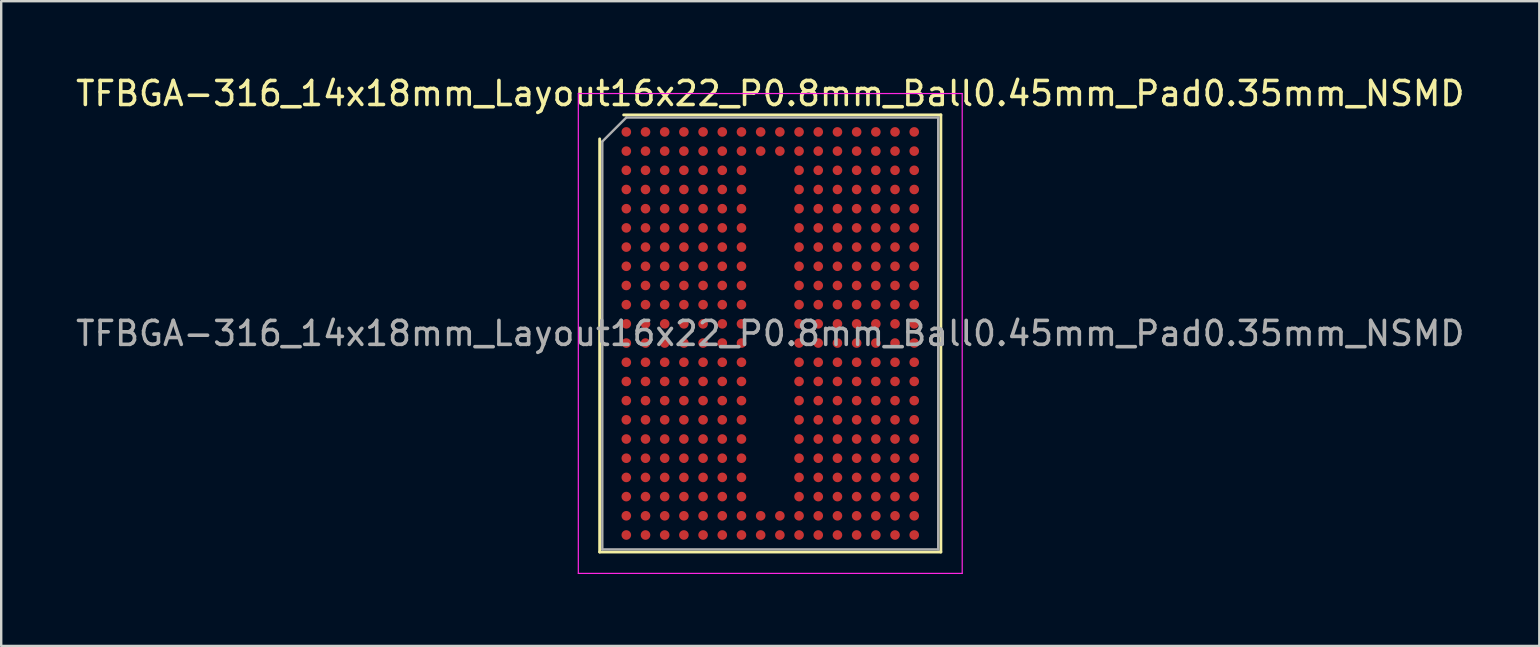
<source format=kicad_pcb>
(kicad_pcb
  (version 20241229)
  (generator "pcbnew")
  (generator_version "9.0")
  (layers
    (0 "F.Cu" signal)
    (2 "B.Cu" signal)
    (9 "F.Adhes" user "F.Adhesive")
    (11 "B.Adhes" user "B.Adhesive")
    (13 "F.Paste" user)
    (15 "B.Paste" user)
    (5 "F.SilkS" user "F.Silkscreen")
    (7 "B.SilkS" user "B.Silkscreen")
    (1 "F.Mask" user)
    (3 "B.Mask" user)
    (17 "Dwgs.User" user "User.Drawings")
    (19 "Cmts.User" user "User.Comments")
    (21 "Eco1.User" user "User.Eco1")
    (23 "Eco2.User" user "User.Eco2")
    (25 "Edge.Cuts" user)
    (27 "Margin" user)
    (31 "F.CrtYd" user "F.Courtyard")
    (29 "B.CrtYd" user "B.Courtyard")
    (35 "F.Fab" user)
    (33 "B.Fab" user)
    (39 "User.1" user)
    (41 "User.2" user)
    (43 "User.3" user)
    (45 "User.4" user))
  (footprint "TFBGA-316_14x18mm_Layout16x22_P0.8mm_Ball0.45mm_Pad0.35mm_NSMD"
    (layer "F.Cu")
    (at 29.054 10.848)
    (property "Reference" "TFBGA-316_14x18mm_Layout16x22_P0.8mm_Ball0.45mm_Pad0.35mm_NSMD" (at 0 -10 0) (layer "F.SilkS") (effects (font (size 1 1) (thickness 0.15))))
    (attr smd)
    (fp_line (start -7.11 9.11) (end -7.11 -8.11) (stroke (width 0.12) (type solid)) (layer "F.SilkS"))
    (fp_line (start -6.11 -9.11) (end 7.11 -9.11) (stroke (width 0.12) (type solid)) (layer "F.SilkS"))
    (fp_line (start 7.11 -9.11) (end 7.11 9.11) (stroke (width 0.12) (type solid)) (layer "F.SilkS"))
    (fp_line (start 7.11 9.11) (end -7.11 9.11) (stroke (width 0.12) (type solid)) (layer "F.SilkS"))
    (fp_line (start -8 -10) (end -8 10) (stroke (width 0.05) (type solid)) (layer "F.CrtYd"))
    (fp_line (start -8 10) (end 8 10) (stroke (width 0.05) (type solid)) (layer "F.CrtYd"))
    (fp_line (start 8 -10) (end -8 -10) (stroke (width 0.05) (type solid)) (layer "F.CrtYd"))
    (fp_line (start 8 10) (end 8 -10) (stroke (width 0.05) (type solid)) (layer "F.CrtYd"))
    (fp_line (start -7 -8) (end -6 -9) (stroke (width 0.1) (type solid)) (layer "F.Fab"))
    (fp_line (start -7 9) (end -7 -8) (stroke (width 0.1) (type solid)) (layer "F.Fab"))
    (fp_line (start -6 -9) (end 7 -9) (stroke (width 0.1) (type solid)) (layer "F.Fab"))
    (fp_line (start 7 -9) (end 7 9) (stroke (width 0.1) (type solid)) (layer "F.Fab"))
    (fp_line (start 7 9) (end -7 9) (stroke (width 0.1) (type solid)) (layer "F.Fab"))
    (fp_text user "${REFERENCE}" (at 0 0 0) (layer "F.Fab") (effects (font (size 1 1) (thickness 0.15))))
    (pad "A1" smd circle (at -6 -8.4) (size 0.4 0.4) (layers "F.Cu" "F.Mask" "F.Paste"))
    (pad "A2" smd circle (at -5.2 -8.4) (size 0.4 0.4) (layers "F.Cu" "F.Mask" "F.Paste"))
    (pad "A3" smd circle (at -4.4 -8.4) (size 0.4 0.4) (layers "F.Cu" "F.Mask" "F.Paste"))
    (pad "A4" smd circle (at -3.6 -8.4) (size 0.4 0.4) (layers "F.Cu" "F.Mask" "F.Paste"))
    (pad "A5" smd circle (at -2.8 -8.4) (size 0.4 0.4) (layers "F.Cu" "F.Mask" "F.Paste"))
    (pad "A6" smd circle (at -2 -8.4) (size 0.4 0.4) (layers "F.Cu" "F.Mask" "F.Paste"))
    (pad "A7" smd circle (at -1.2 -8.4) (size 0.4 0.4) (layers "F.Cu" "F.Mask" "F.Paste"))
    (pad "A8" smd circle (at -0.4 -8.4) (size 0.4 0.4) (layers "F.Cu" "F.Mask" "F.Paste"))
    (pad "A9" smd circle (at 0.4 -8.4) (size 0.4 0.4) (layers "F.Cu" "F.Mask" "F.Paste"))
    (pad "A10" smd circle (at 1.2 -8.4) (size 0.4 0.4) (layers "F.Cu" "F.Mask" "F.Paste"))
    (pad "A11" smd circle (at 2 -8.4) (size 0.4 0.4) (layers "F.Cu" "F.Mask" "F.Paste"))
    (pad "A12" smd circle (at 2.8 -8.4) (size 0.4 0.4) (layers "F.Cu" "F.Mask" "F.Paste"))
    (pad "A13" smd circle (at 3.6 -8.4) (size 0.4 0.4) (layers "F.Cu" "F.Mask" "F.Paste"))
    (pad "A14" smd circle (at 4.4 -8.4) (size 0.4 0.4) (layers "F.Cu" "F.Mask" "F.Paste"))
    (pad "A15" smd circle (at 5.2 -8.4) (size 0.4 0.4) (layers "F.Cu" "F.Mask" "F.Paste"))
    (pad "A16" smd circle (at 6 -8.4) (size 0.4 0.4) (layers "F.Cu" "F.Mask" "F.Paste"))
    (pad "AA1" smd circle (at -6 7.6) (size 0.4 0.4) (layers "F.Cu" "F.Mask" "F.Paste"))
    (pad "AA2" smd circle (at -5.2 7.6) (size 0.4 0.4) (layers "F.Cu" "F.Mask" "F.Paste"))
    (pad "AA3" smd circle (at -4.4 7.6) (size 0.4 0.4) (layers "F.Cu" "F.Mask" "F.Paste"))
    (pad "AA4" smd circle (at -3.6 7.6) (size 0.4 0.4) (layers "F.Cu" "F.Mask" "F.Paste"))
    (pad "AA5" smd circle (at -2.8 7.6) (size 0.4 0.4) (layers "F.Cu" "F.Mask" "F.Paste"))
    (pad "AA6" smd circle (at -2 7.6) (size 0.4 0.4) (layers "F.Cu" "F.Mask" "F.Paste"))
    (pad "AA7" smd circle (at -1.2 7.6) (size 0.4 0.4) (layers "F.Cu" "F.Mask" "F.Paste"))
    (pad "AA8" smd circle (at -0.4 7.6) (size 0.4 0.4) (layers "F.Cu" "F.Mask" "F.Paste"))
    (pad "AA9" smd circle (at 0.4 7.6) (size 0.4 0.4) (layers "F.Cu" "F.Mask" "F.Paste"))
    (pad "AA10" smd circle (at 1.2 7.6) (size 0.4 0.4) (layers "F.Cu" "F.Mask" "F.Paste"))
    (pad "AA11" smd circle (at 2 7.6) (size 0.4 0.4) (layers "F.Cu" "F.Mask" "F.Paste"))
    (pad "AA12" smd circle (at 2.8 7.6) (size 0.4 0.4) (layers "F.Cu" "F.Mask" "F.Paste"))
    (pad "AA13" smd circle (at 3.6 7.6) (size 0.4 0.4) (layers "F.Cu" "F.Mask" "F.Paste"))
    (pad "AA14" smd circle (at 4.4 7.6) (size 0.4 0.4) (layers "F.Cu" "F.Mask" "F.Paste"))
    (pad "AA15" smd circle (at 5.2 7.6) (size 0.4 0.4) (layers "F.Cu" "F.Mask" "F.Paste"))
    (pad "AA16" smd circle (at 6 7.6) (size 0.4 0.4) (layers "F.Cu" "F.Mask" "F.Paste"))
    (pad "AB1" smd circle (at -6 8.4) (size 0.4 0.4) (layers "F.Cu" "F.Mask" "F.Paste"))
    (pad "AB2" smd circle (at -5.2 8.4) (size 0.4 0.4) (layers "F.Cu" "F.Mask" "F.Paste"))
    (pad "AB3" smd circle (at -4.4 8.4) (size 0.4 0.4) (layers "F.Cu" "F.Mask" "F.Paste"))
    (pad "AB4" smd circle (at -3.6 8.4) (size 0.4 0.4) (layers "F.Cu" "F.Mask" "F.Paste"))
    (pad "AB5" smd circle (at -2.8 8.4) (size 0.4 0.4) (layers "F.Cu" "F.Mask" "F.Paste"))
    (pad "AB6" smd circle (at -2 8.4) (size 0.4 0.4) (layers "F.Cu" "F.Mask" "F.Paste"))
    (pad "AB7" smd circle (at -1.2 8.4) (size 0.4 0.4) (layers "F.Cu" "F.Mask" "F.Paste"))
    (pad "AB8" smd circle (at -0.4 8.4) (size 0.4 0.4) (layers "F.Cu" "F.Mask" "F.Paste"))
    (pad "AB9" smd circle (at 0.4 8.4) (size 0.4 0.4) (layers "F.Cu" "F.Mask" "F.Paste"))
    (pad "AB10" smd circle (at 1.2 8.4) (size 0.4 0.4) (layers "F.Cu" "F.Mask" "F.Paste"))
    (pad "AB11" smd circle (at 2 8.4) (size 0.4 0.4) (layers "F.Cu" "F.Mask" "F.Paste"))
    (pad "AB12" smd circle (at 2.8 8.4) (size 0.4 0.4) (layers "F.Cu" "F.Mask" "F.Paste"))
    (pad "AB13" smd circle (at 3.6 8.4) (size 0.4 0.4) (layers "F.Cu" "F.Mask" "F.Paste"))
    (pad "AB14" smd circle (at 4.4 8.4) (size 0.4 0.4) (layers "F.Cu" "F.Mask" "F.Paste"))
    (pad "AB15" smd circle (at 5.2 8.4) (size 0.4 0.4) (layers "F.Cu" "F.Mask" "F.Paste"))
    (pad "AB16" smd circle (at 6 8.4) (size 0.4 0.4) (layers "F.Cu" "F.Mask" "F.Paste"))
    (pad "B1" smd circle (at -6 -7.6) (size 0.4 0.4) (layers "F.Cu" "F.Mask" "F.Paste"))
    (pad "B2" smd circle (at -5.2 -7.6) (size 0.4 0.4) (layers "F.Cu" "F.Mask" "F.Paste"))
    (pad "B3" smd circle (at -4.4 -7.6) (size 0.4 0.4) (layers "F.Cu" "F.Mask" "F.Paste"))
    (pad "B4" smd circle (at -3.6 -7.6) (size 0.4 0.4) (layers "F.Cu" "F.Mask" "F.Paste"))
    (pad "B5" smd circle (at -2.8 -7.6) (size 0.4 0.4) (layers "F.Cu" "F.Mask" "F.Paste"))
    (pad "B6" smd circle (at -2 -7.6) (size 0.4 0.4) (layers "F.Cu" "F.Mask" "F.Paste"))
    (pad "B7" smd circle (at -1.2 -7.6) (size 0.4 0.4) (layers "F.Cu" "F.Mask" "F.Paste"))
    (pad "B8" smd circle (at -0.4 -7.6) (size 0.4 0.4) (layers "F.Cu" "F.Mask" "F.Paste"))
    (pad "B9" smd circle (at 0.4 -7.6) (size 0.4 0.4) (layers "F.Cu" "F.Mask" "F.Paste"))
    (pad "B10" smd circle (at 1.2 -7.6) (size 0.4 0.4) (layers "F.Cu" "F.Mask" "F.Paste"))
    (pad "B11" smd circle (at 2 -7.6) (size 0.4 0.4) (layers "F.Cu" "F.Mask" "F.Paste"))
    (pad "B12" smd circle (at 2.8 -7.6) (size 0.4 0.4) (layers "F.Cu" "F.Mask" "F.Paste"))
    (pad "B13" smd circle (at 3.6 -7.6) (size 0.4 0.4) (layers "F.Cu" "F.Mask" "F.Paste"))
    (pad "B14" smd circle (at 4.4 -7.6) (size 0.4 0.4) (layers "F.Cu" "F.Mask" "F.Paste"))
    (pad "B15" smd circle (at 5.2 -7.6) (size 0.4 0.4) (layers "F.Cu" "F.Mask" "F.Paste"))
    (pad "B16" smd circle (at 6 -7.6) (size 0.4 0.4) (layers "F.Cu" "F.Mask" "F.Paste"))
    (pad "C1" smd circle (at -6 -6.8) (size 0.4 0.4) (layers "F.Cu" "F.Mask" "F.Paste"))
    (pad "C2" smd circle (at -5.2 -6.8) (size 0.4 0.4) (layers "F.Cu" "F.Mask" "F.Paste"))
    (pad "C3" smd circle (at -4.4 -6.8) (size 0.4 0.4) (layers "F.Cu" "F.Mask" "F.Paste"))
    (pad "C4" smd circle (at -3.6 -6.8) (size 0.4 0.4) (layers "F.Cu" "F.Mask" "F.Paste"))
    (pad "C5" smd circle (at -2.8 -6.8) (size 0.4 0.4) (layers "F.Cu" "F.Mask" "F.Paste"))
    (pad "C6" smd circle (at -2 -6.8) (size 0.4 0.4) (layers "F.Cu" "F.Mask" "F.Paste"))
    (pad "C7" smd circle (at -1.2 -6.8) (size 0.4 0.4) (layers "F.Cu" "F.Mask" "F.Paste"))
    (pad "C10" smd circle (at 1.2 -6.8) (size 0.4 0.4) (layers "F.Cu" "F.Mask" "F.Paste"))
    (pad "C11" smd circle (at 2 -6.8) (size 0.4 0.4) (layers "F.Cu" "F.Mask" "F.Paste"))
    (pad "C12" smd circle (at 2.8 -6.8) (size 0.4 0.4) (layers "F.Cu" "F.Mask" "F.Paste"))
    (pad "C13" smd circle (at 3.6 -6.8) (size 0.4 0.4) (layers "F.Cu" "F.Mask" "F.Paste"))
    (pad "C14" smd circle (at 4.4 -6.8) (size 0.4 0.4) (layers "F.Cu" "F.Mask" "F.Paste"))
    (pad "C15" smd circle (at 5.2 -6.8) (size 0.4 0.4) (layers "F.Cu" "F.Mask" "F.Paste"))
    (pad "C16" smd circle (at 6 -6.8) (size 0.4 0.4) (layers "F.Cu" "F.Mask" "F.Paste"))
    (pad "D1" smd circle (at -6 -6) (size 0.4 0.4) (layers "F.Cu" "F.Mask" "F.Paste"))
    (pad "D2" smd circle (at -5.2 -6) (size 0.4 0.4) (layers "F.Cu" "F.Mask" "F.Paste"))
    (pad "D3" smd circle (at -4.4 -6) (size 0.4 0.4) (layers "F.Cu" "F.Mask" "F.Paste"))
    (pad "D4" smd circle (at -3.6 -6) (size 0.4 0.4) (layers "F.Cu" "F.Mask" "F.Paste"))
    (pad "D5" smd circle (at -2.8 -6) (size 0.4 0.4) (layers "F.Cu" "F.Mask" "F.Paste"))
    (pad "D6" smd circle (at -2 -6) (size 0.4 0.4) (layers "F.Cu" "F.Mask" "F.Paste"))
    (pad "D7" smd circle (at -1.2 -6) (size 0.4 0.4) (layers "F.Cu" "F.Mask" "F.Paste"))
    (pad "D10" smd circle (at 1.2 -6) (size 0.4 0.4) (layers "F.Cu" "F.Mask" "F.Paste"))
    (pad "D11" smd circle (at 2 -6) (size 0.4 0.4) (layers "F.Cu" "F.Mask" "F.Paste"))
    (pad "D12" smd circle (at 2.8 -6) (size 0.4 0.4) (layers "F.Cu" "F.Mask" "F.Paste"))
    (pad "D13" smd circle (at 3.6 -6) (size 0.4 0.4) (layers "F.Cu" "F.Mask" "F.Paste"))
    (pad "D14" smd circle (at 4.4 -6) (size 0.4 0.4) (layers "F.Cu" "F.Mask" "F.Paste"))
    (pad "D15" smd circle (at 5.2 -6) (size 0.4 0.4) (layers "F.Cu" "F.Mask" "F.Paste"))
    (pad "D16" smd circle (at 6 -6) (size 0.4 0.4) (layers "F.Cu" "F.Mask" "F.Paste"))
    (pad "E1" smd circle (at -6 -5.2) (size 0.4 0.4) (layers "F.Cu" "F.Mask" "F.Paste"))
    (pad "E2" smd circle (at -5.2 -5.2) (size 0.4 0.4) (layers "F.Cu" "F.Mask" "F.Paste"))
    (pad "E3" smd circle (at -4.4 -5.2) (size 0.4 0.4) (layers "F.Cu" "F.Mask" "F.Paste"))
    (pad "E4" smd circle (at -3.6 -5.2) (size 0.4 0.4) (layers "F.Cu" "F.Mask" "F.Paste"))
    (pad "E5" smd circle (at -2.8 -5.2) (size 0.4 0.4) (layers "F.Cu" "F.Mask" "F.Paste"))
    (pad "E6" smd circle (at -2 -5.2) (size 0.4 0.4) (layers "F.Cu" "F.Mask" "F.Paste"))
    (pad "E7" smd circle (at -1.2 -5.2) (size 0.4 0.4) (layers "F.Cu" "F.Mask" "F.Paste"))
    (pad "E10" smd circle (at 1.2 -5.2) (size 0.4 0.4) (layers "F.Cu" "F.Mask" "F.Paste"))
    (pad "E11" smd circle (at 2 -5.2) (size 0.4 0.4) (layers "F.Cu" "F.Mask" "F.Paste"))
    (pad "E12" smd circle (at 2.8 -5.2) (size 0.4 0.4) (layers "F.Cu" "F.Mask" "F.Paste"))
    (pad "E13" smd circle (at 3.6 -5.2) (size 0.4 0.4) (layers "F.Cu" "F.Mask" "F.Paste"))
    (pad "E14" smd circle (at 4.4 -5.2) (size 0.4 0.4) (layers "F.Cu" "F.Mask" "F.Paste"))
    (pad "E15" smd circle (at 5.2 -5.2) (size 0.4 0.4) (layers "F.Cu" "F.Mask" "F.Paste"))
    (pad "E16" smd circle (at 6 -5.2) (size 0.4 0.4) (layers "F.Cu" "F.Mask" "F.Paste"))
    (pad "F1" smd circle (at -6 -4.4) (size 0.4 0.4) (layers "F.Cu" "F.Mask" "F.Paste"))
    (pad "F2" smd circle (at -5.2 -4.4) (size 0.4 0.4) (layers "F.Cu" "F.Mask" "F.Paste"))
    (pad "F3" smd circle (at -4.4 -4.4) (size 0.4 0.4) (layers "F.Cu" "F.Mask" "F.Paste"))
    (pad "F4" smd circle (at -3.6 -4.4) (size 0.4 0.4) (layers "F.Cu" "F.Mask" "F.Paste"))
    (pad "F5" smd circle (at -2.8 -4.4) (size 0.4 0.4) (layers "F.Cu" "F.Mask" "F.Paste"))
    (pad "F6" smd circle (at -2 -4.4) (size 0.4 0.4) (layers "F.Cu" "F.Mask" "F.Paste"))
    (pad "F7" smd circle (at -1.2 -4.4) (size 0.4 0.4) (layers "F.Cu" "F.Mask" "F.Paste"))
    (pad "F10" smd circle (at 1.2 -4.4) (size 0.4 0.4) (layers "F.Cu" "F.Mask" "F.Paste"))
    (pad "F11" smd circle (at 2 -4.4) (size 0.4 0.4) (layers "F.Cu" "F.Mask" "F.Paste"))
    (pad "F12" smd circle (at 2.8 -4.4) (size 0.4 0.4) (layers "F.Cu" "F.Mask" "F.Paste"))
    (pad "F13" smd circle (at 3.6 -4.4) (size 0.4 0.4) (layers "F.Cu" "F.Mask" "F.Paste"))
    (pad "F14" smd circle (at 4.4 -4.4) (size 0.4 0.4) (layers "F.Cu" "F.Mask" "F.Paste"))
    (pad "F15" smd circle (at 5.2 -4.4) (size 0.4 0.4) (layers "F.Cu" "F.Mask" "F.Paste"))
    (pad "F16" smd circle (at 6 -4.4) (size 0.4 0.4) (layers "F.Cu" "F.Mask" "F.Paste"))
    (pad "G1" smd circle (at -6 -3.6) (size 0.4 0.4) (layers "F.Cu" "F.Mask" "F.Paste"))
    (pad "G2" smd circle (at -5.2 -3.6) (size 0.4 0.4) (layers "F.Cu" "F.Mask" "F.Paste"))
    (pad "G3" smd circle (at -4.4 -3.6) (size 0.4 0.4) (layers "F.Cu" "F.Mask" "F.Paste"))
    (pad "G4" smd circle (at -3.6 -3.6) (size 0.4 0.4) (layers "F.Cu" "F.Mask" "F.Paste"))
    (pad "G5" smd circle (at -2.8 -3.6) (size 0.4 0.4) (layers "F.Cu" "F.Mask" "F.Paste"))
    (pad "G6" smd circle (at -2 -3.6) (size 0.4 0.4) (layers "F.Cu" "F.Mask" "F.Paste"))
    (pad "G7" smd circle (at -1.2 -3.6) (size 0.4 0.4) (layers "F.Cu" "F.Mask" "F.Paste"))
    (pad "G10" smd circle (at 1.2 -3.6) (size 0.4 0.4) (layers "F.Cu" "F.Mask" "F.Paste"))
    (pad "G11" smd circle (at 2 -3.6) (size 0.4 0.4) (layers "F.Cu" "F.Mask" "F.Paste"))
    (pad "G12" smd circle (at 2.8 -3.6) (size 0.4 0.4) (layers "F.Cu" "F.Mask" "F.Paste"))
    (pad "G13" smd circle (at 3.6 -3.6) (size 0.4 0.4) (layers "F.Cu" "F.Mask" "F.Paste"))
    (pad "G14" smd circle (at 4.4 -3.6) (size 0.4 0.4) (layers "F.Cu" "F.Mask" "F.Paste"))
    (pad "G15" smd circle (at 5.2 -3.6) (size 0.4 0.4) (layers "F.Cu" "F.Mask" "F.Paste"))
    (pad "G16" smd circle (at 6 -3.6) (size 0.4 0.4) (layers "F.Cu" "F.Mask" "F.Paste"))
    (pad "H1" smd circle (at -6 -2.8) (size 0.4 0.4) (layers "F.Cu" "F.Mask" "F.Paste"))
    (pad "H2" smd circle (at -5.2 -2.8) (size 0.4 0.4) (layers "F.Cu" "F.Mask" "F.Paste"))
    (pad "H3" smd circle (at -4.4 -2.8) (size 0.4 0.4) (layers "F.Cu" "F.Mask" "F.Paste"))
    (pad "H4" smd circle (at -3.6 -2.8) (size 0.4 0.4) (layers "F.Cu" "F.Mask" "F.Paste"))
    (pad "H5" smd circle (at -2.8 -2.8) (size 0.4 0.4) (layers "F.Cu" "F.Mask" "F.Paste"))
    (pad "H6" smd circle (at -2 -2.8) (size 0.4 0.4) (layers "F.Cu" "F.Mask" "F.Paste"))
    (pad "H7" smd circle (at -1.2 -2.8) (size 0.4 0.4) (layers "F.Cu" "F.Mask" "F.Paste"))
    (pad "H10" smd circle (at 1.2 -2.8) (size 0.4 0.4) (layers "F.Cu" "F.Mask" "F.Paste"))
    (pad "H11" smd circle (at 2 -2.8) (size 0.4 0.4) (layers "F.Cu" "F.Mask" "F.Paste"))
    (pad "H12" smd circle (at 2.8 -2.8) (size 0.4 0.4) (layers "F.Cu" "F.Mask" "F.Paste"))
    (pad "H13" smd circle (at 3.6 -2.8) (size 0.4 0.4) (layers "F.Cu" "F.Mask" "F.Paste"))
    (pad "H14" smd circle (at 4.4 -2.8) (size 0.4 0.4) (layers "F.Cu" "F.Mask" "F.Paste"))
    (pad "H15" smd circle (at 5.2 -2.8) (size 0.4 0.4) (layers "F.Cu" "F.Mask" "F.Paste"))
    (pad "H16" smd circle (at 6 -2.8) (size 0.4 0.4) (layers "F.Cu" "F.Mask" "F.Paste"))
    (pad "J1" smd circle (at -6 -2) (size 0.4 0.4) (layers "F.Cu" "F.Mask" "F.Paste"))
    (pad "J2" smd circle (at -5.2 -2) (size 0.4 0.4) (layers "F.Cu" "F.Mask" "F.Paste"))
    (pad "J3" smd circle (at -4.4 -2) (size 0.4 0.4) (layers "F.Cu" "F.Mask" "F.Paste"))
    (pad "J4" smd circle (at -3.6 -2) (size 0.4 0.4) (layers "F.Cu" "F.Mask" "F.Paste"))
    (pad "J5" smd circle (at -2.8 -2) (size 0.4 0.4) (layers "F.Cu" "F.Mask" "F.Paste"))
    (pad "J6" smd circle (at -2 -2) (size 0.4 0.4) (layers "F.Cu" "F.Mask" "F.Paste"))
    (pad "J7" smd circle (at -1.2 -2) (size 0.4 0.4) (layers "F.Cu" "F.Mask" "F.Paste"))
    (pad "J10" smd circle (at 1.2 -2) (size 0.4 0.4) (layers "F.Cu" "F.Mask" "F.Paste"))
    (pad "J11" smd circle (at 2 -2) (size 0.4 0.4) (layers "F.Cu" "F.Mask" "F.Paste"))
    (pad "J12" smd circle (at 2.8 -2) (size 0.4 0.4) (layers "F.Cu" "F.Mask" "F.Paste"))
    (pad "J13" smd circle (at 3.6 -2) (size 0.4 0.4) (layers "F.Cu" "F.Mask" "F.Paste"))
    (pad "J14" smd circle (at 4.4 -2) (size 0.4 0.4) (layers "F.Cu" "F.Mask" "F.Paste"))
    (pad "J15" smd circle (at 5.2 -2) (size 0.4 0.4) (layers "F.Cu" "F.Mask" "F.Paste"))
    (pad "J16" smd circle (at 6 -2) (size 0.4 0.4) (layers "F.Cu" "F.Mask" "F.Paste"))
    (pad "K1" smd circle (at -6 -1.2) (size 0.4 0.4) (layers "F.Cu" "F.Mask" "F.Paste"))
    (pad "K2" smd circle (at -5.2 -1.2) (size 0.4 0.4) (layers "F.Cu" "F.Mask" "F.Paste"))
    (pad "K3" smd circle (at -4.4 -1.2) (size 0.4 0.4) (layers "F.Cu" "F.Mask" "F.Paste"))
    (pad "K4" smd circle (at -3.6 -1.2) (size 0.4 0.4) (layers "F.Cu" "F.Mask" "F.Paste"))
    (pad "K5" smd circle (at -2.8 -1.2) (size 0.4 0.4) (layers "F.Cu" "F.Mask" "F.Paste"))
    (pad "K6" smd circle (at -2 -1.2) (size 0.4 0.4) (layers "F.Cu" "F.Mask" "F.Paste"))
    (pad "K7" smd circle (at -1.2 -1.2) (size 0.4 0.4) (layers "F.Cu" "F.Mask" "F.Paste"))
    (pad "K10" smd circle (at 1.2 -1.2) (size 0.4 0.4) (layers "F.Cu" "F.Mask" "F.Paste"))
    (pad "K11" smd circle (at 2 -1.2) (size 0.4 0.4) (layers "F.Cu" "F.Mask" "F.Paste"))
    (pad "K12" smd circle (at 2.8 -1.2) (size 0.4 0.4) (layers "F.Cu" "F.Mask" "F.Paste"))
    (pad "K13" smd circle (at 3.6 -1.2) (size 0.4 0.4) (layers "F.Cu" "F.Mask" "F.Paste"))
    (pad "K14" smd circle (at 4.4 -1.2) (size 0.4 0.4) (layers "F.Cu" "F.Mask" "F.Paste"))
    (pad "K15" smd circle (at 5.2 -1.2) (size 0.4 0.4) (layers "F.Cu" "F.Mask" "F.Paste"))
    (pad "K16" smd circle (at 6 -1.2) (size 0.4 0.4) (layers "F.Cu" "F.Mask" "F.Paste"))
    (pad "L1" smd circle (at -6 -0.4) (size 0.4 0.4) (layers "F.Cu" "F.Mask" "F.Paste"))
    (pad "L2" smd circle (at -5.2 -0.4) (size 0.4 0.4) (layers "F.Cu" "F.Mask" "F.Paste"))
    (pad "L3" smd circle (at -4.4 -0.4) (size 0.4 0.4) (layers "F.Cu" "F.Mask" "F.Paste"))
    (pad "L4" smd circle (at -3.6 -0.4) (size 0.4 0.4) (layers "F.Cu" "F.Mask" "F.Paste"))
    (pad "L5" smd circle (at -2.8 -0.4) (size 0.4 0.4) (layers "F.Cu" "F.Mask" "F.Paste"))
    (pad "L6" smd circle (at -2 -0.4) (size 0.4 0.4) (layers "F.Cu" "F.Mask" "F.Paste"))
    (pad "L7" smd circle (at -1.2 -0.4) (size 0.4 0.4) (layers "F.Cu" "F.Mask" "F.Paste"))
    (pad "L10" smd circle (at 1.2 -0.4) (size 0.4 0.4) (layers "F.Cu" "F.Mask" "F.Paste"))
    (pad "L11" smd circle (at 2 -0.4) (size 0.4 0.4) (layers "F.Cu" "F.Mask" "F.Paste"))
    (pad "L12" smd circle (at 2.8 -0.4) (size 0.4 0.4) (layers "F.Cu" "F.Mask" "F.Paste"))
    (pad "L13" smd circle (at 3.6 -0.4) (size 0.4 0.4) (layers "F.Cu" "F.Mask" "F.Paste"))
    (pad "L14" smd circle (at 4.4 -0.4) (size 0.4 0.4) (layers "F.Cu" "F.Mask" "F.Paste"))
    (pad "L15" smd circle (at 5.2 -0.4) (size 0.4 0.4) (layers "F.Cu" "F.Mask" "F.Paste"))
    (pad "L16" smd circle (at 6 -0.4) (size 0.4 0.4) (layers "F.Cu" "F.Mask" "F.Paste"))
    (pad "M1" smd circle (at -6 0.4) (size 0.4 0.4) (layers "F.Cu" "F.Mask" "F.Paste"))
    (pad "M2" smd circle (at -5.2 0.4) (size 0.4 0.4) (layers "F.Cu" "F.Mask" "F.Paste"))
    (pad "M3" smd circle (at -4.4 0.4) (size 0.4 0.4) (layers "F.Cu" "F.Mask" "F.Paste"))
    (pad "M4" smd circle (at -3.6 0.4) (size 0.4 0.4) (layers "F.Cu" "F.Mask" "F.Paste"))
    (pad "M5" smd circle (at -2.8 0.4) (size 0.4 0.4) (layers "F.Cu" "F.Mask" "F.Paste"))
    (pad "M6" smd circle (at -2 0.4) (size 0.4 0.4) (layers "F.Cu" "F.Mask" "F.Paste"))
    (pad "M7" smd circle (at -1.2 0.4) (size 0.4 0.4) (layers "F.Cu" "F.Mask" "F.Paste"))
    (pad "M10" smd circle (at 1.2 0.4) (size 0.4 0.4) (layers "F.Cu" "F.Mask" "F.Paste"))
    (pad "M11" smd circle (at 2 0.4) (size 0.4 0.4) (layers "F.Cu" "F.Mask" "F.Paste"))
    (pad "M12" smd circle (at 2.8 0.4) (size 0.4 0.4) (layers "F.Cu" "F.Mask" "F.Paste"))
    (pad "M13" smd circle (at 3.6 0.4) (size 0.4 0.4) (layers "F.Cu" "F.Mask" "F.Paste"))
    (pad "M14" smd circle (at 4.4 0.4) (size 0.4 0.4) (layers "F.Cu" "F.Mask" "F.Paste"))
    (pad "M15" smd circle (at 5.2 0.4) (size 0.4 0.4) (layers "F.Cu" "F.Mask" "F.Paste"))
    (pad "M16" smd circle (at 6 0.4) (size 0.4 0.4) (layers "F.Cu" "F.Mask" "F.Paste"))
    (pad "N1" smd circle (at -6 1.2) (size 0.4 0.4) (layers "F.Cu" "F.Mask" "F.Paste"))
    (pad "N2" smd circle (at -5.2 1.2) (size 0.4 0.4) (layers "F.Cu" "F.Mask" "F.Paste"))
    (pad "N3" smd circle (at -4.4 1.2) (size 0.4 0.4) (layers "F.Cu" "F.Mask" "F.Paste"))
    (pad "N4" smd circle (at -3.6 1.2) (size 0.4 0.4) (layers "F.Cu" "F.Mask" "F.Paste"))
    (pad "N5" smd circle (at -2.8 1.2) (size 0.4 0.4) (layers "F.Cu" "F.Mask" "F.Paste"))
    (pad "N6" smd circle (at -2 1.2) (size 0.4 0.4) (layers "F.Cu" "F.Mask" "F.Paste"))
    (pad "N7" smd circle (at -1.2 1.2) (size 0.4 0.4) (layers "F.Cu" "F.Mask" "F.Paste"))
    (pad "N10" smd circle (at 1.2 1.2) (size 0.4 0.4) (layers "F.Cu" "F.Mask" "F.Paste"))
    (pad "N11" smd circle (at 2 1.2) (size 0.4 0.4) (layers "F.Cu" "F.Mask" "F.Paste"))
    (pad "N12" smd circle (at 2.8 1.2) (size 0.4 0.4) (layers "F.Cu" "F.Mask" "F.Paste"))
    (pad "N13" smd circle (at 3.6 1.2) (size 0.4 0.4) (layers "F.Cu" "F.Mask" "F.Paste"))
    (pad "N14" smd circle (at 4.4 1.2) (size 0.4 0.4) (layers "F.Cu" "F.Mask" "F.Paste"))
    (pad "N15" smd circle (at 5.2 1.2) (size 0.4 0.4) (layers "F.Cu" "F.Mask" "F.Paste"))
    (pad "N16" smd circle (at 6 1.2) (size 0.4 0.4) (layers "F.Cu" "F.Mask" "F.Paste"))
    (pad "P1" smd circle (at -6 2) (size 0.4 0.4) (layers "F.Cu" "F.Mask" "F.Paste"))
    (pad "P2" smd circle (at -5.2 2) (size 0.4 0.4) (layers "F.Cu" "F.Mask" "F.Paste"))
    (pad "P3" smd circle (at -4.4 2) (size 0.4 0.4) (layers "F.Cu" "F.Mask" "F.Paste"))
    (pad "P4" smd circle (at -3.6 2) (size 0.4 0.4) (layers "F.Cu" "F.Mask" "F.Paste"))
    (pad "P5" smd circle (at -2.8 2) (size 0.4 0.4) (layers "F.Cu" "F.Mask" "F.Paste"))
    (pad "P6" smd circle (at -2 2) (size 0.4 0.4) (layers "F.Cu" "F.Mask" "F.Paste"))
    (pad "P7" smd circle (at -1.2 2) (size 0.4 0.4) (layers "F.Cu" "F.Mask" "F.Paste"))
    (pad "P10" smd circle (at 1.2 2) (size 0.4 0.4) (layers "F.Cu" "F.Mask" "F.Paste"))
    (pad "P11" smd circle (at 2 2) (size 0.4 0.4) (layers "F.Cu" "F.Mask" "F.Paste"))
    (pad "P12" smd circle (at 2.8 2) (size 0.4 0.4) (layers "F.Cu" "F.Mask" "F.Paste"))
    (pad "P13" smd circle (at 3.6 2) (size 0.4 0.4) (layers "F.Cu" "F.Mask" "F.Paste"))
    (pad "P14" smd circle (at 4.4 2) (size 0.4 0.4) (layers "F.Cu" "F.Mask" "F.Paste"))
    (pad "P15" smd circle (at 5.2 2) (size 0.4 0.4) (layers "F.Cu" "F.Mask" "F.Paste"))
    (pad "P16" smd circle (at 6 2) (size 0.4 0.4) (layers "F.Cu" "F.Mask" "F.Paste"))
    (pad "R1" smd circle (at -6 2.8) (size 0.4 0.4) (layers "F.Cu" "F.Mask" "F.Paste"))
    (pad "R2" smd circle (at -5.2 2.8) (size 0.4 0.4) (layers "F.Cu" "F.Mask" "F.Paste"))
    (pad "R3" smd circle (at -4.4 2.8) (size 0.4 0.4) (layers "F.Cu" "F.Mask" "F.Paste"))
    (pad "R4" smd circle (at -3.6 2.8) (size 0.4 0.4) (layers "F.Cu" "F.Mask" "F.Paste"))
    (pad "R5" smd circle (at -2.8 2.8) (size 0.4 0.4) (layers "F.Cu" "F.Mask" "F.Paste"))
    (pad "R6" smd circle (at -2 2.8) (size 0.4 0.4) (layers "F.Cu" "F.Mask" "F.Paste"))
    (pad "R7" smd circle (at -1.2 2.8) (size 0.4 0.4) (layers "F.Cu" "F.Mask" "F.Paste"))
    (pad "R10" smd circle (at 1.2 2.8) (size 0.4 0.4) (layers "F.Cu" "F.Mask" "F.Paste"))
    (pad "R11" smd circle (at 2 2.8) (size 0.4 0.4) (layers "F.Cu" "F.Mask" "F.Paste"))
    (pad "R12" smd circle (at 2.8 2.8) (size 0.4 0.4) (layers "F.Cu" "F.Mask" "F.Paste"))
    (pad "R13" smd circle (at 3.6 2.8) (size 0.4 0.4) (layers "F.Cu" "F.Mask" "F.Paste"))
    (pad "R14" smd circle (at 4.4 2.8) (size 0.4 0.4) (layers "F.Cu" "F.Mask" "F.Paste"))
    (pad "R15" smd circle (at 5.2 2.8) (size 0.4 0.4) (layers "F.Cu" "F.Mask" "F.Paste"))
    (pad "R16" smd circle (at 6 2.8) (size 0.4 0.4) (layers "F.Cu" "F.Mask" "F.Paste"))
    (pad "T1" smd circle (at -6 3.6) (size 0.4 0.4) (layers "F.Cu" "F.Mask" "F.Paste"))
    (pad "T2" smd circle (at -5.2 3.6) (size 0.4 0.4) (layers "F.Cu" "F.Mask" "F.Paste"))
    (pad "T3" smd circle (at -4.4 3.6) (size 0.4 0.4) (layers "F.Cu" "F.Mask" "F.Paste"))
    (pad "T4" smd circle (at -3.6 3.6) (size 0.4 0.4) (layers "F.Cu" "F.Mask" "F.Paste"))
    (pad "T5" smd circle (at -2.8 3.6) (size 0.4 0.4) (layers "F.Cu" "F.Mask" "F.Paste"))
    (pad "T6" smd circle (at -2 3.6) (size 0.4 0.4) (layers "F.Cu" "F.Mask" "F.Paste"))
    (pad "T7" smd circle (at -1.2 3.6) (size 0.4 0.4) (layers "F.Cu" "F.Mask" "F.Paste"))
    (pad "T10" smd circle (at 1.2 3.6) (size 0.4 0.4) (layers "F.Cu" "F.Mask" "F.Paste"))
    (pad "T11" smd circle (at 2 3.6) (size 0.4 0.4) (layers "F.Cu" "F.Mask" "F.Paste"))
    (pad "T12" smd circle (at 2.8 3.6) (size 0.4 0.4) (layers "F.Cu" "F.Mask" "F.Paste"))
    (pad "T13" smd circle (at 3.6 3.6) (size 0.4 0.4) (layers "F.Cu" "F.Mask" "F.Paste"))
    (pad "T14" smd circle (at 4.4 3.6) (size 0.4 0.4) (layers "F.Cu" "F.Mask" "F.Paste"))
    (pad "T15" smd circle (at 5.2 3.6) (size 0.4 0.4) (layers "F.Cu" "F.Mask" "F.Paste"))
    (pad "T16" smd circle (at 6 3.6) (size 0.4 0.4) (layers "F.Cu" "F.Mask" "F.Paste"))
    (pad "U1" smd circle (at -6 4.4) (size 0.4 0.4) (layers "F.Cu" "F.Mask" "F.Paste"))
    (pad "U2" smd circle (at -5.2 4.4) (size 0.4 0.4) (layers "F.Cu" "F.Mask" "F.Paste"))
    (pad "U3" smd circle (at -4.4 4.4) (size 0.4 0.4) (layers "F.Cu" "F.Mask" "F.Paste"))
    (pad "U4" smd circle (at -3.6 4.4) (size 0.4 0.4) (layers "F.Cu" "F.Mask" "F.Paste"))
    (pad "U5" smd circle (at -2.8 4.4) (size 0.4 0.4) (layers "F.Cu" "F.Mask" "F.Paste"))
    (pad "U6" smd circle (at -2 4.4) (size 0.4 0.4) (layers "F.Cu" "F.Mask" "F.Paste"))
    (pad "U7" smd circle (at -1.2 4.4) (size 0.4 0.4) (layers "F.Cu" "F.Mask" "F.Paste"))
    (pad "U10" smd circle (at 1.2 4.4) (size 0.4 0.4) (layers "F.Cu" "F.Mask" "F.Paste"))
    (pad "U11" smd circle (at 2 4.4) (size 0.4 0.4) (layers "F.Cu" "F.Mask" "F.Paste"))
    (pad "U12" smd circle (at 2.8 4.4) (size 0.4 0.4) (layers "F.Cu" "F.Mask" "F.Paste"))
    (pad "U13" smd circle (at 3.6 4.4) (size 0.4 0.4) (layers "F.Cu" "F.Mask" "F.Paste"))
    (pad "U14" smd circle (at 4.4 4.4) (size 0.4 0.4) (layers "F.Cu" "F.Mask" "F.Paste"))
    (pad "U15" smd circle (at 5.2 4.4) (size 0.4 0.4) (layers "F.Cu" "F.Mask" "F.Paste"))
    (pad "U16" smd circle (at 6 4.4) (size 0.4 0.4) (layers "F.Cu" "F.Mask" "F.Paste"))
    (pad "V1" smd circle (at -6 5.2) (size 0.4 0.4) (layers "F.Cu" "F.Mask" "F.Paste"))
    (pad "V2" smd circle (at -5.2 5.2) (size 0.4 0.4) (layers "F.Cu" "F.Mask" "F.Paste"))
    (pad "V3" smd circle (at -4.4 5.2) (size 0.4 0.4) (layers "F.Cu" "F.Mask" "F.Paste"))
    (pad "V4" smd circle (at -3.6 5.2) (size 0.4 0.4) (layers "F.Cu" "F.Mask" "F.Paste"))
    (pad "V5" smd circle (at -2.8 5.2) (size 0.4 0.4) (layers "F.Cu" "F.Mask" "F.Paste"))
    (pad "V6" smd circle (at -2 5.2) (size 0.4 0.4) (layers "F.Cu" "F.Mask" "F.Paste"))
    (pad "V7" smd circle (at -1.2 5.2) (size 0.4 0.4) (layers "F.Cu" "F.Mask" "F.Paste"))
    (pad "V10" smd circle (at 1.2 5.2) (size 0.4 0.4) (layers "F.Cu" "F.Mask" "F.Paste"))
    (pad "V11" smd circle (at 2 5.2) (size 0.4 0.4) (layers "F.Cu" "F.Mask" "F.Paste"))
    (pad "V12" smd circle (at 2.8 5.2) (size 0.4 0.4) (layers "F.Cu" "F.Mask" "F.Paste"))
    (pad "V13" smd circle (at 3.6 5.2) (size 0.4 0.4) (layers "F.Cu" "F.Mask" "F.Paste"))
    (pad "V14" smd circle (at 4.4 5.2) (size 0.4 0.4) (layers "F.Cu" "F.Mask" "F.Paste"))
    (pad "V15" smd circle (at 5.2 5.2) (size 0.4 0.4) (layers "F.Cu" "F.Mask" "F.Paste"))
    (pad "V16" smd circle (at 6 5.2) (size 0.4 0.4) (layers "F.Cu" "F.Mask" "F.Paste"))
    (pad "W1" smd circle (at -6 6) (size 0.4 0.4) (layers "F.Cu" "F.Mask" "F.Paste"))
    (pad "W2" smd circle (at -5.2 6) (size 0.4 0.4) (layers "F.Cu" "F.Mask" "F.Paste"))
    (pad "W3" smd circle (at -4.4 6) (size 0.4 0.4) (layers "F.Cu" "F.Mask" "F.Paste"))
    (pad "W4" smd circle (at -3.6 6) (size 0.4 0.4) (layers "F.Cu" "F.Mask" "F.Paste"))
    (pad "W5" smd circle (at -2.8 6) (size 0.4 0.4) (layers "F.Cu" "F.Mask" "F.Paste"))
    (pad "W6" smd circle (at -2 6) (size 0.4 0.4) (layers "F.Cu" "F.Mask" "F.Paste"))
    (pad "W7" smd circle (at -1.2 6) (size 0.4 0.4) (layers "F.Cu" "F.Mask" "F.Paste"))
    (pad "W10" smd circle (at 1.2 6) (size 0.4 0.4) (layers "F.Cu" "F.Mask" "F.Paste"))
    (pad "W11" smd circle (at 2 6) (size 0.4 0.4) (layers "F.Cu" "F.Mask" "F.Paste"))
    (pad "W12" smd circle (at 2.8 6) (size 0.4 0.4) (layers "F.Cu" "F.Mask" "F.Paste"))
    (pad "W13" smd circle (at 3.6 6) (size 0.4 0.4) (layers "F.Cu" "F.Mask" "F.Paste"))
    (pad "W14" smd circle (at 4.4 6) (size 0.4 0.4) (layers "F.Cu" "F.Mask" "F.Paste"))
    (pad "W15" smd circle (at 5.2 6) (size 0.4 0.4) (layers "F.Cu" "F.Mask" "F.Paste"))
    (pad "W16" smd circle (at 6 6) (size 0.4 0.4) (layers "F.Cu" "F.Mask" "F.Paste"))
    (pad "Y1" smd circle (at -6 6.8) (size 0.4 0.4) (layers "F.Cu" "F.Mask" "F.Paste"))
    (pad "Y2" smd circle (at -5.2 6.8) (size 0.4 0.4) (layers "F.Cu" "F.Mask" "F.Paste"))
    (pad "Y3" smd circle (at -4.4 6.8) (size 0.4 0.4) (layers "F.Cu" "F.Mask" "F.Paste"))
    (pad "Y4" smd circle (at -3.6 6.8) (size 0.4 0.4) (layers "F.Cu" "F.Mask" "F.Paste"))
    (pad "Y5" smd circle (at -2.8 6.8) (size 0.4 0.4) (layers "F.Cu" "F.Mask" "F.Paste"))
    (pad "Y6" smd circle (at -2 6.8) (size 0.4 0.4) (layers "F.Cu" "F.Mask" "F.Paste"))
    (pad "Y7" smd circle (at -1.2 6.8) (size 0.4 0.4) (layers "F.Cu" "F.Mask" "F.Paste"))
    (pad "Y10" smd circle (at 1.2 6.8) (size 0.4 0.4) (layers "F.Cu" "F.Mask" "F.Paste"))
    (pad "Y11" smd circle (at 2 6.8) (size 0.4 0.4) (layers "F.Cu" "F.Mask" "F.Paste"))
    (pad "Y12" smd circle (at 2.8 6.8) (size 0.4 0.4) (layers "F.Cu" "F.Mask" "F.Paste"))
    (pad "Y13" smd circle (at 3.6 6.8) (size 0.4 0.4) (layers "F.Cu" "F.Mask" "F.Paste"))
    (pad "Y14" smd circle (at 4.4 6.8) (size 0.4 0.4) (layers "F.Cu" "F.Mask" "F.Paste"))
    (pad "Y15" smd circle (at 5.2 6.8) (size 0.4 0.4) (layers "F.Cu" "F.Mask" "F.Paste"))
    (pad "Y16" smd circle (at 6 6.8) (size 0.4 0.4) (layers "F.Cu" "F.Mask" "F.Paste")))
  (gr_rect
    (start -3 -3)
    (end 61.107 23.873)
    (stroke (width 0.1) (type default))
    (fill no)
    (layer "Edge.Cuts")))
</source>
